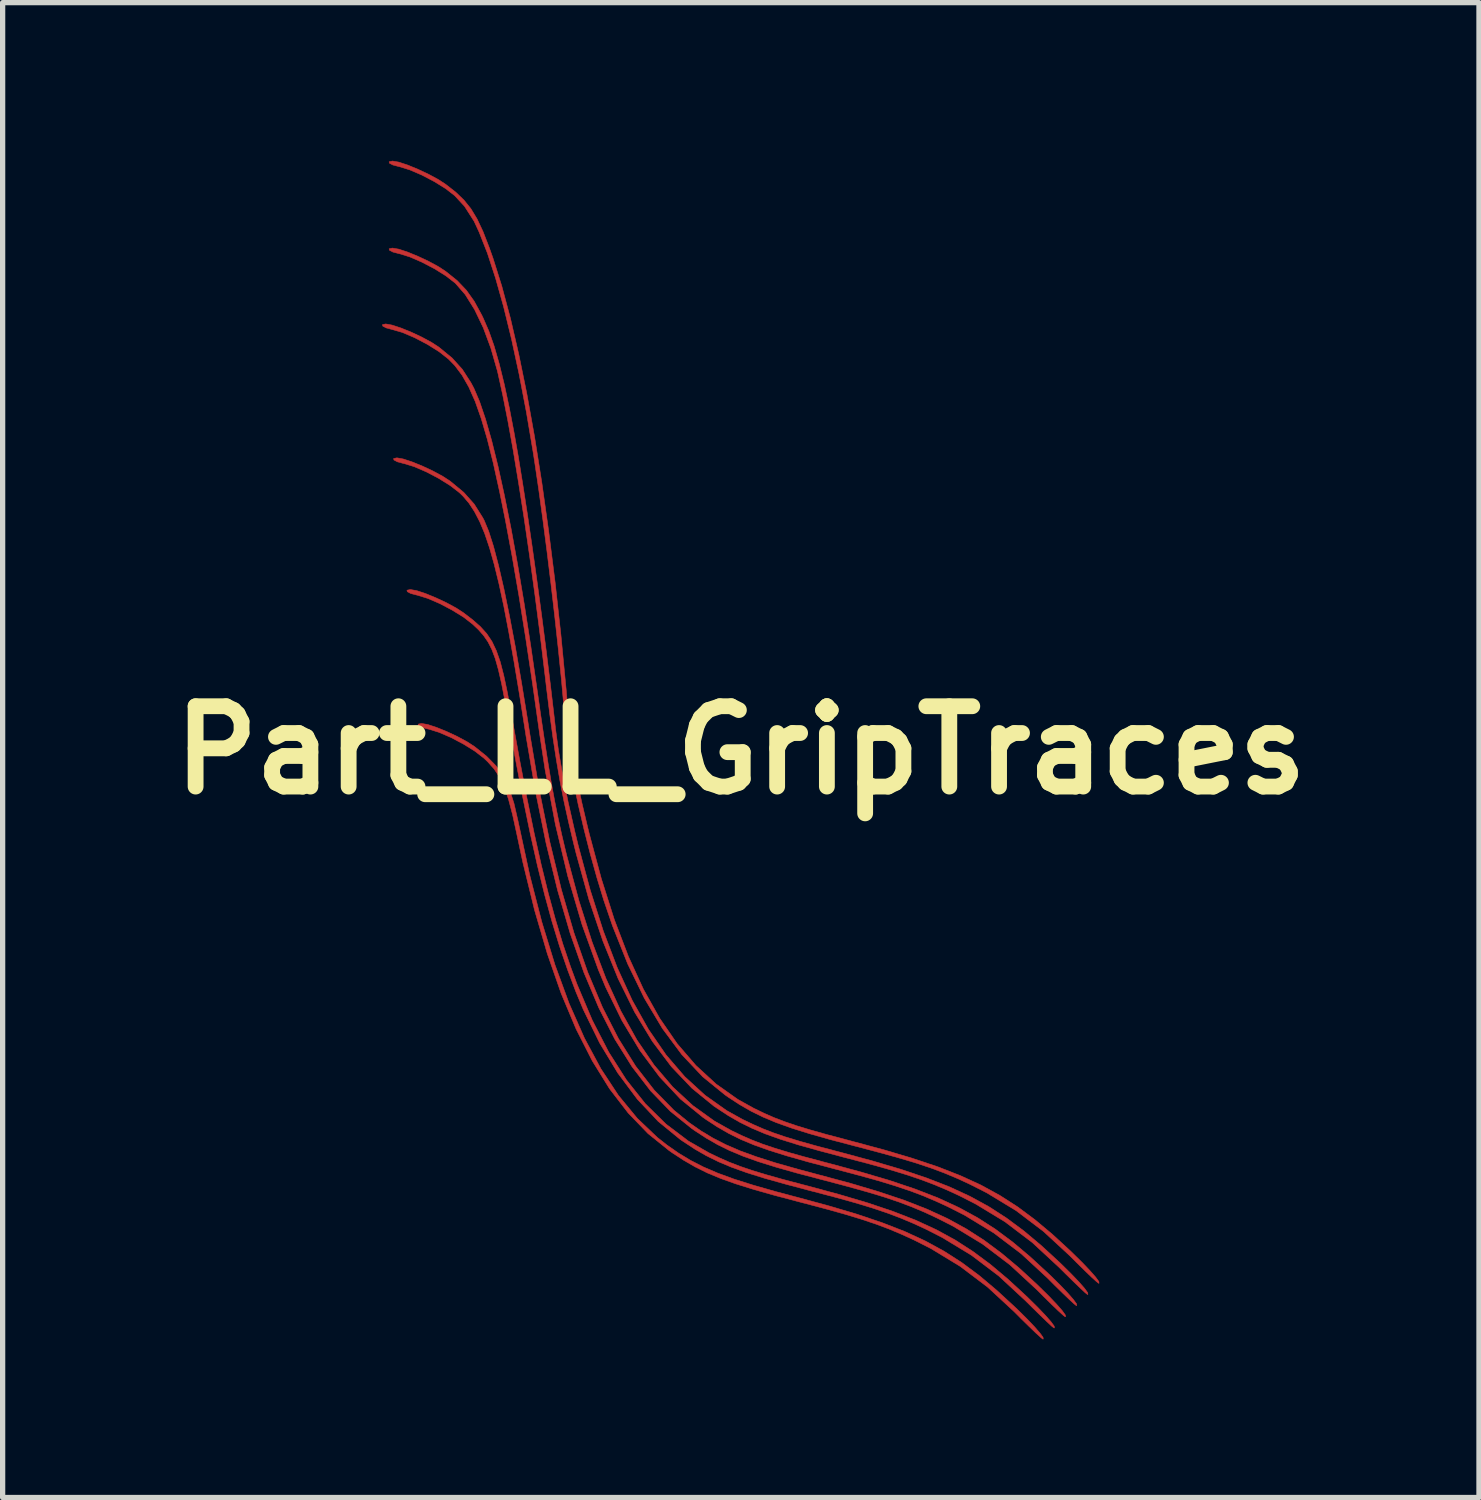
<source format=kicad_pcb>
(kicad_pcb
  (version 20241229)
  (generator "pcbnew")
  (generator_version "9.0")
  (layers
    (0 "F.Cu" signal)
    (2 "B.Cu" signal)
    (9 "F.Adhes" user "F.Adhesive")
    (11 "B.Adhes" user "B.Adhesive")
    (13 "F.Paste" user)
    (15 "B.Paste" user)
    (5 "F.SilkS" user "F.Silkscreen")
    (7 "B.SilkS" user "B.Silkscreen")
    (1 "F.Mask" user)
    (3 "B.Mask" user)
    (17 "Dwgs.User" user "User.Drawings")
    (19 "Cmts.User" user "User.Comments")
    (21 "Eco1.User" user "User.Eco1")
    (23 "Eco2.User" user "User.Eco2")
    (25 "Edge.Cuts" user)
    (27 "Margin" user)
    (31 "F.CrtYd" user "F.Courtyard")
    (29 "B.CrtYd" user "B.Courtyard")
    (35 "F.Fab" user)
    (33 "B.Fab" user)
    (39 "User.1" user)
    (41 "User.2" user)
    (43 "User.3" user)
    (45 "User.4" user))
  (footprint "Part_LL_GripTraces"
    (layer "F.Cu")
    (at 11.002 11.181)
    (property "Reference" "Part_LL_GripTraces" (at 0 0 0) (layer "F.SilkS") (effects (font (size 1.524 1.524) (thickness 0.3))))
    (attr through_hole)
    (fp_poly (pts (xy -5.938 -0.488) (xy -5.771 -0.433) (xy -5.575 -0.353) (xy -5.374 -0.259) (xy -5.189 -0.159) (xy -5.049 -0.068) (xy -4.823 0.113) (xy -4.644 0.295) (xy -4.505 0.493) (xy -4.394 0.725) (xy -4.303 1.007) (xy -4.223 1.354) (xy -4.214 1.397) (xy -4.004 2.369) (xy -3.774 3.26) (xy -3.525 4.071) (xy -3.256 4.805) (xy -2.966 5.461) (xy -2.654 6.042) (xy -2.32 6.549) (xy -1.962 6.984) (xy -1.581 7.347) (xy -1.403 7.487) (xy -1.181 7.642) (xy -0.953 7.78) (xy -0.709 7.905) (xy -0.436 8.022) (xy -0.124 8.136) (xy 0.24 8.251) (xy 0.667 8.373) (xy 1.037 8.471) (xy 1.654 8.638) (xy 2.198 8.799) (xy 2.679 8.961) (xy 3.109 9.128) (xy 3.497 9.307) (xy 3.855 9.502) (xy 4.193 9.719) (xy 4.522 9.964) (xy 4.852 10.242) (xy 5.195 10.558) (xy 5.243 10.603) (xy 5.423 10.781) (xy 5.569 10.934) (xy 5.674 11.055) (xy 5.733 11.136) (xy 5.737 11.169) (xy 5.728 11.169) (xy 5.689 11.138) (xy 5.6 11.057) (xy 5.473 10.935) (xy 5.318 10.783) (xy 5.186 10.65) (xy 4.683 10.185) (xy 4.163 9.791) (xy 3.609 9.454) (xy 3.29 9.292) (xy 3.047 9.181) (xy 2.808 9.08) (xy 2.559 8.987) (xy 2.284 8.895) (xy 1.972 8.8) (xy 1.606 8.698) (xy 1.174 8.584) (xy 1.102 8.565) (xy 0.636 8.442) (xy 0.241 8.33) (xy -0.095 8.225) (xy -0.384 8.122) (xy -0.636 8.017) (xy -0.864 7.904) (xy -1.081 7.779) (xy -1.297 7.638) (xy -1.357 7.596) (xy -1.76 7.271) (xy -2.137 6.88) (xy -2.49 6.421) (xy -2.818 5.891) (xy -3.124 5.289) (xy -3.408 4.612) (xy -3.67 3.86) (xy -3.913 3.03) (xy -4.136 2.12) (xy -4.252 1.577) (xy -4.33 1.219) (xy -4.406 0.932) (xy -4.485 0.701) (xy -4.574 0.514) (xy -4.678 0.357) (xy -4.804 0.216) (xy -4.876 0.148) (xy -5.047 0.016) (xy -5.263 -0.118) (xy -5.498 -0.242) (xy -5.726 -0.34) (xy -5.919 -0.4) (xy -5.938 -0.404) (xy -6.049 -0.433) (xy -6.114 -0.467) (xy -6.121 -0.495) (xy -6.06 -0.508) (xy -6.055 -0.508) (xy -5.938 -0.488)) (stroke (width 0.01) (type solid)) (fill yes) (layer "F.Cu"))
    (fp_poly (pts (xy -6.403 -5.525) (xy -6.236 -5.47) (xy -6.041 -5.391) (xy -5.84 -5.297) (xy -5.655 -5.197) (xy -5.515 -5.106) (xy -5.256 -4.892) (xy -5.057 -4.669) (xy -4.894 -4.41) (xy -4.867 -4.358) (xy -4.783 -4.156) (xy -4.692 -3.871) (xy -4.596 -3.507) (xy -4.494 -3.064) (xy -4.387 -2.544) (xy -4.275 -1.951) (xy -4.16 -1.286) (xy -4.04 -0.551) (xy -4 -0.296) (xy -3.821 0.764) (xy -3.622 1.743) (xy -3.404 2.642) (xy -3.165 3.463) (xy -2.905 4.207) (xy -2.624 4.876) (xy -2.32 5.471) (xy -1.994 5.993) (xy -1.644 6.445) (xy -1.27 6.827) (xy -0.98 7.064) (xy -0.757 7.219) (xy -0.53 7.356) (xy -0.286 7.481) (xy -0.013 7.599) (xy 0.299 7.712) (xy 0.663 7.828) (xy 1.09 7.949) (xy 1.46 8.048) (xy 2.078 8.214) (xy 2.622 8.376) (xy 3.103 8.537) (xy 3.532 8.705) (xy 3.92 8.883) (xy 4.278 9.079) (xy 4.616 9.296) (xy 4.945 9.541) (xy 5.276 9.818) (xy 5.619 10.134) (xy 5.666 10.18) (xy 5.846 10.357) (xy 5.992 10.511) (xy 6.098 10.632) (xy 6.156 10.713) (xy 6.16 10.746) (xy 6.152 10.746) (xy 6.112 10.715) (xy 6.023 10.634) (xy 5.896 10.512) (xy 5.742 10.36) (xy 5.609 10.227) (xy 5.106 9.762) (xy 4.587 9.368) (xy 4.032 9.031) (xy 3.713 8.869) (xy 3.471 8.757) (xy 3.232 8.657) (xy 2.982 8.563) (xy 2.708 8.471) (xy 2.395 8.377) (xy 2.029 8.275) (xy 1.597 8.16) (xy 1.526 8.142) (xy 1.059 8.019) (xy 0.664 7.907) (xy 0.328 7.802) (xy 0.04 7.699) (xy -0.213 7.593) (xy -0.441 7.481) (xy -0.658 7.356) (xy -0.874 7.215) (xy -0.934 7.173) (xy -1.335 6.85) (xy -1.711 6.461) (xy -2.062 6.005) (xy -2.39 5.481) (xy -2.694 4.885) (xy -2.976 4.217) (xy -3.236 3.476) (xy -3.475 2.658) (xy -3.694 1.763) (xy -3.893 0.789) (xy -4.074 -0.267) (xy -4.085 -0.339) (xy -4.197 -1.049) (xy -4.302 -1.681) (xy -4.401 -2.239) (xy -4.495 -2.729) (xy -4.587 -3.156) (xy -4.677 -3.524) (xy -4.767 -3.841) (xy -4.858 -4.11) (xy -4.953 -4.337) (xy -5.052 -4.527) (xy -5.156 -4.686) (xy -5.268 -4.818) (xy -5.339 -4.887) (xy -5.511 -5.02) (xy -5.729 -5.156) (xy -5.965 -5.28) (xy -6.194 -5.379) (xy -6.387 -5.438) (xy -6.403 -5.441) (xy -6.514 -5.471) (xy -6.579 -5.505) (xy -6.587 -5.533) (xy -6.526 -5.546) (xy -6.52 -5.546) (xy -6.403 -5.525)) (stroke (width 0.01) (type solid)) (fill yes) (layer "F.Cu"))
    (fp_poly (pts (xy -6.149 -3.028) (xy -5.982 -2.973) (xy -5.787 -2.893) (xy -5.586 -2.799) (xy -5.401 -2.699) (xy -5.261 -2.608) (xy -5.085 -2.473) (xy -4.939 -2.344) (xy -4.819 -2.211) (xy -4.72 -2.063) (xy -4.637 -1.888) (xy -4.563 -1.677) (xy -4.496 -1.417) (xy -4.428 -1.097) (xy -4.356 -0.707) (xy -4.338 -0.605) (xy -4.193 0.196) (xy -4.054 0.92) (xy -3.919 1.576) (xy -3.786 2.171) (xy -3.652 2.713) (xy -3.516 3.21) (xy -3.377 3.671) (xy -3.231 4.102) (xy -3.106 4.44) (xy -2.817 5.122) (xy -2.506 5.725) (xy -2.171 6.252) (xy -1.809 6.707) (xy -1.417 7.093) (xy -0.994 7.413) (xy -0.605 7.636) (xy -0.409 7.73) (xy -0.218 7.814) (xy -0.016 7.892) (xy 0.21 7.969) (xy 0.473 8.049) (xy 0.789 8.138) (xy 1.171 8.239) (xy 1.249 8.259) (xy 1.866 8.426) (xy 2.41 8.587) (xy 2.891 8.749) (xy 3.321 8.916) (xy 3.709 9.095) (xy 4.066 9.29) (xy 4.404 9.508) (xy 4.733 9.752) (xy 5.064 10.03) (xy 5.407 10.346) (xy 5.454 10.391) (xy 5.634 10.569) (xy 5.78 10.722) (xy 5.886 10.843) (xy 5.944 10.924) (xy 5.949 10.958) (xy 5.94 10.958) (xy 5.9 10.927) (xy 5.812 10.845) (xy 5.685 10.723) (xy 5.53 10.571) (xy 5.397 10.439) (xy 4.894 9.973) (xy 4.375 9.579) (xy 3.821 9.243) (xy 3.501 9.08) (xy 3.259 8.969) (xy 3.02 8.869) (xy 2.77 8.775) (xy 2.496 8.683) (xy 2.183 8.588) (xy 1.818 8.486) (xy 1.385 8.372) (xy 1.314 8.354) (xy 0.848 8.23) (xy 0.452 8.119) (xy 0.116 8.014) (xy -0.172 7.911) (xy -0.424 7.805) (xy -0.653 7.692) (xy -0.869 7.568) (xy -1.085 7.426) (xy -1.146 7.385) (xy -1.566 7.041) (xy -1.963 6.619) (xy -2.334 6.122) (xy -2.677 5.554) (xy -2.988 4.918) (xy -3.128 4.583) (xy -3.287 4.161) (xy -3.439 3.717) (xy -3.583 3.245) (xy -3.722 2.737) (xy -3.859 2.183) (xy -3.995 1.577) (xy -4.133 0.909) (xy -4.274 0.173) (xy -4.4 -0.529) (xy -4.473 -0.931) (xy -4.537 -1.26) (xy -4.598 -1.526) (xy -4.658 -1.74) (xy -4.723 -1.912) (xy -4.795 -2.054) (xy -4.879 -2.176) (xy -4.978 -2.288) (xy -5.088 -2.392) (xy -5.258 -2.524) (xy -5.475 -2.658) (xy -5.71 -2.782) (xy -5.938 -2.88) (xy -6.131 -2.94) (xy -6.149 -2.944) (xy -6.26 -2.973) (xy -6.325 -3.007) (xy -6.333 -3.035) (xy -6.272 -3.048) (xy -6.266 -3.048) (xy -6.149 -3.028)) (stroke (width 0.01) (type solid)) (fill yes) (layer "F.Cu"))
    (fp_poly (pts (xy -6.615 -8.065) (xy -6.448 -8.01) (xy -6.253 -7.931) (xy -6.052 -7.837) (xy -5.867 -7.737) (xy -5.727 -7.646) (xy -5.476 -7.44) (xy -5.282 -7.225) (xy -5.119 -6.972) (xy -5.063 -6.867) (xy -4.955 -6.614) (xy -4.842 -6.281) (xy -4.725 -5.87) (xy -4.605 -5.385) (xy -4.483 -4.829) (xy -4.358 -4.207) (xy -4.233 -3.52) (xy -4.108 -2.774) (xy -3.983 -1.971) (xy -3.872 -1.206) (xy -3.793 -0.65) (xy -3.721 -0.166) (xy -3.654 0.258) (xy -3.591 0.635) (xy -3.528 0.976) (xy -3.464 1.294) (xy -3.397 1.6) (xy -3.324 1.908) (xy -3.298 2.011) (xy -3.068 2.862) (xy -2.822 3.634) (xy -2.559 4.327) (xy -2.275 4.947) (xy -1.971 5.495) (xy -1.643 5.974) (xy -1.29 6.388) (xy -0.91 6.74) (xy -0.502 7.033) (xy -0.181 7.213) (xy 0.014 7.307) (xy 0.206 7.391) (xy 0.407 7.469) (xy 0.633 7.545) (xy 0.897 7.626) (xy 1.212 7.714) (xy 1.594 7.816) (xy 1.672 7.836) (xy 2.289 8.003) (xy 2.833 8.164) (xy 3.314 8.326) (xy 3.744 8.493) (xy 4.132 8.672) (xy 4.49 8.867) (xy 4.828 9.084) (xy 5.157 9.329) (xy 5.487 9.607) (xy 5.83 9.923) (xy 5.878 9.968) (xy 6.058 10.146) (xy 6.204 10.299) (xy 6.309 10.42) (xy 6.368 10.501) (xy 6.372 10.534) (xy 6.363 10.534) (xy 6.324 10.503) (xy 6.235 10.422) (xy 6.108 10.3) (xy 5.953 10.148) (xy 5.821 10.015) (xy 5.318 9.55) (xy 4.798 9.156) (xy 4.244 8.819) (xy 3.925 8.657) (xy 3.682 8.546) (xy 3.443 8.445) (xy 3.194 8.352) (xy 2.919 8.26) (xy 2.607 8.165) (xy 2.241 8.063) (xy 1.809 7.949) (xy 1.737 7.93) (xy 1.271 7.807) (xy 0.876 7.695) (xy 0.54 7.59) (xy 0.251 7.487) (xy -0.001 7.382) (xy -0.229 7.269) (xy -0.446 7.144) (xy -0.662 7.003) (xy -0.722 6.961) (xy -1.143 6.618) (xy -1.54 6.196) (xy -1.911 5.699) (xy -2.253 5.131) (xy -2.564 4.495) (xy -2.704 4.16) (xy -3.011 3.309) (xy -3.282 2.389) (xy -3.517 1.407) (xy -3.712 0.373) (xy -3.814 -0.296) (xy -3.949 -1.253) (xy -4.081 -2.132) (xy -4.21 -2.938) (xy -4.338 -3.679) (xy -4.465 -4.36) (xy -4.577 -4.911) (xy -4.695 -5.446) (xy -4.81 -5.904) (xy -4.924 -6.292) (xy -5.039 -6.618) (xy -5.16 -6.89) (xy -5.287 -7.113) (xy -5.425 -7.297) (xy -5.544 -7.419) (xy -5.723 -7.56) (xy -5.947 -7.7) (xy -6.19 -7.827) (xy -6.423 -7.926) (xy -6.615 -7.981) (xy -6.726 -8.011) (xy -6.791 -8.045) (xy -6.798 -8.073) (xy -6.737 -8.086) (xy -6.732 -8.086) (xy -6.615 -8.065)) (stroke (width 0.01) (type solid)) (fill yes) (layer "F.Cu"))
    (fp_poly (pts (xy -6.488 -9.505) (xy -6.321 -9.45) (xy -6.126 -9.37) (xy -5.925 -9.276) (xy -5.74 -9.176) (xy -5.6 -9.085) (xy -5.38 -8.908) (xy -5.206 -8.726) (xy -5.056 -8.515) (xy -4.912 -8.251) (xy -4.885 -8.194) (xy -4.779 -7.95) (xy -4.679 -7.666) (xy -4.583 -7.333) (xy -4.487 -6.943) (xy -4.389 -6.486) (xy -4.3 -6.021) (xy -4.221 -5.573) (xy -4.137 -5.054) (xy -4.048 -4.479) (xy -3.957 -3.86) (xy -3.866 -3.211) (xy -3.776 -2.546) (xy -3.69 -1.879) (xy -3.609 -1.223) (xy -3.535 -0.592) (xy -3.514 -0.402) (xy -3.459 0.003) (xy -3.378 0.473) (xy -3.273 0.994) (xy -3.146 1.552) (xy -3.086 1.799) (xy -2.856 2.653) (xy -2.609 3.427) (xy -2.344 4.123) (xy -2.059 4.745) (xy -1.751 5.295) (xy -1.42 5.776) (xy -1.064 6.191) (xy -0.68 6.543) (xy -0.268 6.835) (xy 0.03 7.001) (xy 0.226 7.095) (xy 0.417 7.179) (xy 0.619 7.257) (xy 0.845 7.334) (xy 1.108 7.414) (xy 1.424 7.503) (xy 1.806 7.604) (xy 1.884 7.624) (xy 2.501 7.791) (xy 3.045 7.952) (xy 3.526 8.114) (xy 3.956 8.281) (xy 4.344 8.46) (xy 4.701 8.655) (xy 5.039 8.873) (xy 5.368 9.117) (xy 5.699 9.395) (xy 6.042 9.711) (xy 6.089 9.756) (xy 6.269 9.934) (xy 6.415 10.087) (xy 6.521 10.208) (xy 6.579 10.289) (xy 6.584 10.323) (xy 6.575 10.323) (xy 6.535 10.292) (xy 6.447 10.21) (xy 6.32 10.088) (xy 6.165 9.936) (xy 6.032 9.804) (xy 5.529 9.338) (xy 5.01 8.944) (xy 4.456 8.608) (xy 4.136 8.445) (xy 3.894 8.334) (xy 3.655 8.234) (xy 3.405 8.14) (xy 3.131 8.048) (xy 2.818 7.953) (xy 2.453 7.851) (xy 2.02 7.737) (xy 1.949 7.719) (xy 1.483 7.595) (xy 1.087 7.484) (xy 0.751 7.379) (xy 0.463 7.276) (xy 0.211 7.17) (xy -0.018 7.057) (xy -0.234 6.933) (xy -0.45 6.791) (xy -0.511 6.75) (xy -0.926 6.412) (xy -1.315 6.004) (xy -1.678 5.522) (xy -2.015 4.965) (xy -2.327 4.332) (xy -2.615 3.622) (xy -2.88 2.834) (xy -3.122 1.965) (xy -3.174 1.757) (xy -3.271 1.347) (xy -3.356 0.962) (xy -3.43 0.584) (xy -3.497 0.195) (xy -3.561 -0.222) (xy -3.624 -0.683) (xy -3.689 -1.207) (xy -3.706 -1.355) (xy -3.803 -2.157) (xy -3.904 -2.937) (xy -4.007 -3.689) (xy -4.111 -4.404) (xy -4.216 -5.074) (xy -4.318 -5.691) (xy -4.419 -6.248) (xy -4.516 -6.738) (xy -4.607 -7.151) (xy -4.618 -7.197) (xy -4.74 -7.623) (xy -4.885 -8.015) (xy -5.05 -8.359) (xy -5.227 -8.643) (xy -5.412 -8.856) (xy -5.422 -8.865) (xy -5.595 -8.999) (xy -5.813 -9.135) (xy -6.051 -9.259) (xy -6.279 -9.358) (xy -6.473 -9.418) (xy -6.488 -9.421) (xy -6.599 -9.45) (xy -6.664 -9.484) (xy -6.671 -9.512) (xy -6.61 -9.525) (xy -6.605 -9.525) (xy -6.488 -9.505)) (stroke (width 0.01) (type solid)) (fill yes) (layer "F.Cu"))
    (fp_poly (pts (xy -6.488 -11.156) (xy -6.321 -11.101) (xy -6.126 -11.021) (xy -5.925 -10.927) (xy -5.74 -10.827) (xy -5.6 -10.736) (xy -5.408 -10.586) (xy -5.251 -10.435) (xy -5.119 -10.271) (xy -5.002 -10.077) (xy -4.89 -9.839) (xy -4.775 -9.543) (xy -4.699 -9.329) (xy -4.533 -8.801) (xy -4.37 -8.193) (xy -4.212 -7.512) (xy -4.059 -6.763) (xy -3.913 -5.951) (xy -3.775 -5.081) (xy -3.645 -4.16) (xy -3.523 -3.193) (xy -3.412 -2.185) (xy -3.312 -1.142) (xy -3.281 -0.783) (xy -3.245 -0.392) (xy -3.204 -0.04) (xy -3.154 0.295) (xy -3.092 0.636) (xy -3.013 1.005) (xy -2.914 1.424) (xy -2.874 1.587) (xy -2.644 2.442) (xy -2.398 3.216) (xy -2.132 3.912) (xy -1.847 4.534) (xy -1.539 5.084) (xy -1.208 5.565) (xy -0.851 5.98) (xy -0.468 6.332) (xy -0.055 6.624) (xy 0.242 6.789) (xy 0.438 6.884) (xy 0.629 6.968) (xy 0.831 7.045) (xy 1.056 7.122) (xy 1.32 7.202) (xy 1.636 7.291) (xy 2.017 7.392) (xy 2.095 7.413) (xy 2.713 7.579) (xy 3.257 7.741) (xy 3.738 7.902) (xy 4.167 8.07) (xy 4.555 8.248) (xy 4.913 8.444) (xy 5.251 8.661) (xy 5.58 8.906) (xy 5.911 9.183) (xy 6.254 9.499) (xy 6.301 9.545) (xy 6.481 9.722) (xy 6.627 9.876) (xy 6.733 9.997) (xy 6.791 10.078) (xy 6.795 10.111) (xy 6.787 10.111) (xy 6.747 10.08) (xy 6.658 9.999) (xy 6.531 9.877) (xy 6.377 9.725) (xy 6.244 9.592) (xy 5.741 9.127) (xy 5.222 8.733) (xy 4.667 8.396) (xy 4.348 8.234) (xy 4.106 8.122) (xy 3.867 8.022) (xy 3.617 7.928) (xy 3.343 7.836) (xy 3.03 7.742) (xy 2.664 7.64) (xy 2.232 7.525) (xy 2.161 7.507) (xy 1.694 7.384) (xy 1.299 7.272) (xy 0.963 7.167) (xy 0.675 7.064) (xy 0.422 6.958) (xy 0.194 6.846) (xy -0.023 6.721) (xy -0.239 6.58) (xy -0.299 6.538) (xy -0.723 6.193) (xy -1.119 5.773) (xy -1.487 5.278) (xy -1.829 4.705) (xy -2.145 4.054) (xy -2.436 3.324) (xy -2.598 2.85) (xy -2.73 2.417) (xy -2.858 1.958) (xy -2.977 1.489) (xy -3.085 1.027) (xy -3.177 0.586) (xy -3.25 0.182) (xy -3.3 -0.169) (xy -3.321 -0.381) (xy -3.357 -0.832) (xy -3.404 -1.351) (xy -3.462 -1.92) (xy -3.528 -2.523) (xy -3.6 -3.144) (xy -3.676 -3.766) (xy -3.755 -4.374) (xy -3.834 -4.95) (xy -3.912 -5.478) (xy -3.939 -5.652) (xy -4.068 -6.417) (xy -4.206 -7.136) (xy -4.35 -7.802) (xy -4.499 -8.411) (xy -4.652 -8.955) (xy -4.807 -9.43) (xy -4.964 -9.829) (xy -5.059 -10.034) (xy -5.24 -10.317) (xy -5.427 -10.52) (xy -5.597 -10.652) (xy -5.813 -10.786) (xy -6.049 -10.91) (xy -6.277 -11.008) (xy -6.47 -11.068) (xy -6.488 -11.072) (xy -6.599 -11.101) (xy -6.664 -11.135) (xy -6.671 -11.163) (xy -6.61 -11.176) (xy -6.605 -11.176) (xy -6.488 -11.156)) (stroke (width 0.01) (type solid)) (fill yes) (layer "F.Cu")))
  (gr_rect
    (start -3 -3)
    (end 25.004 25.355)
    (stroke (width 0.1) (type default))
    (fill no)
    (layer "Edge.Cuts")))
</source>
